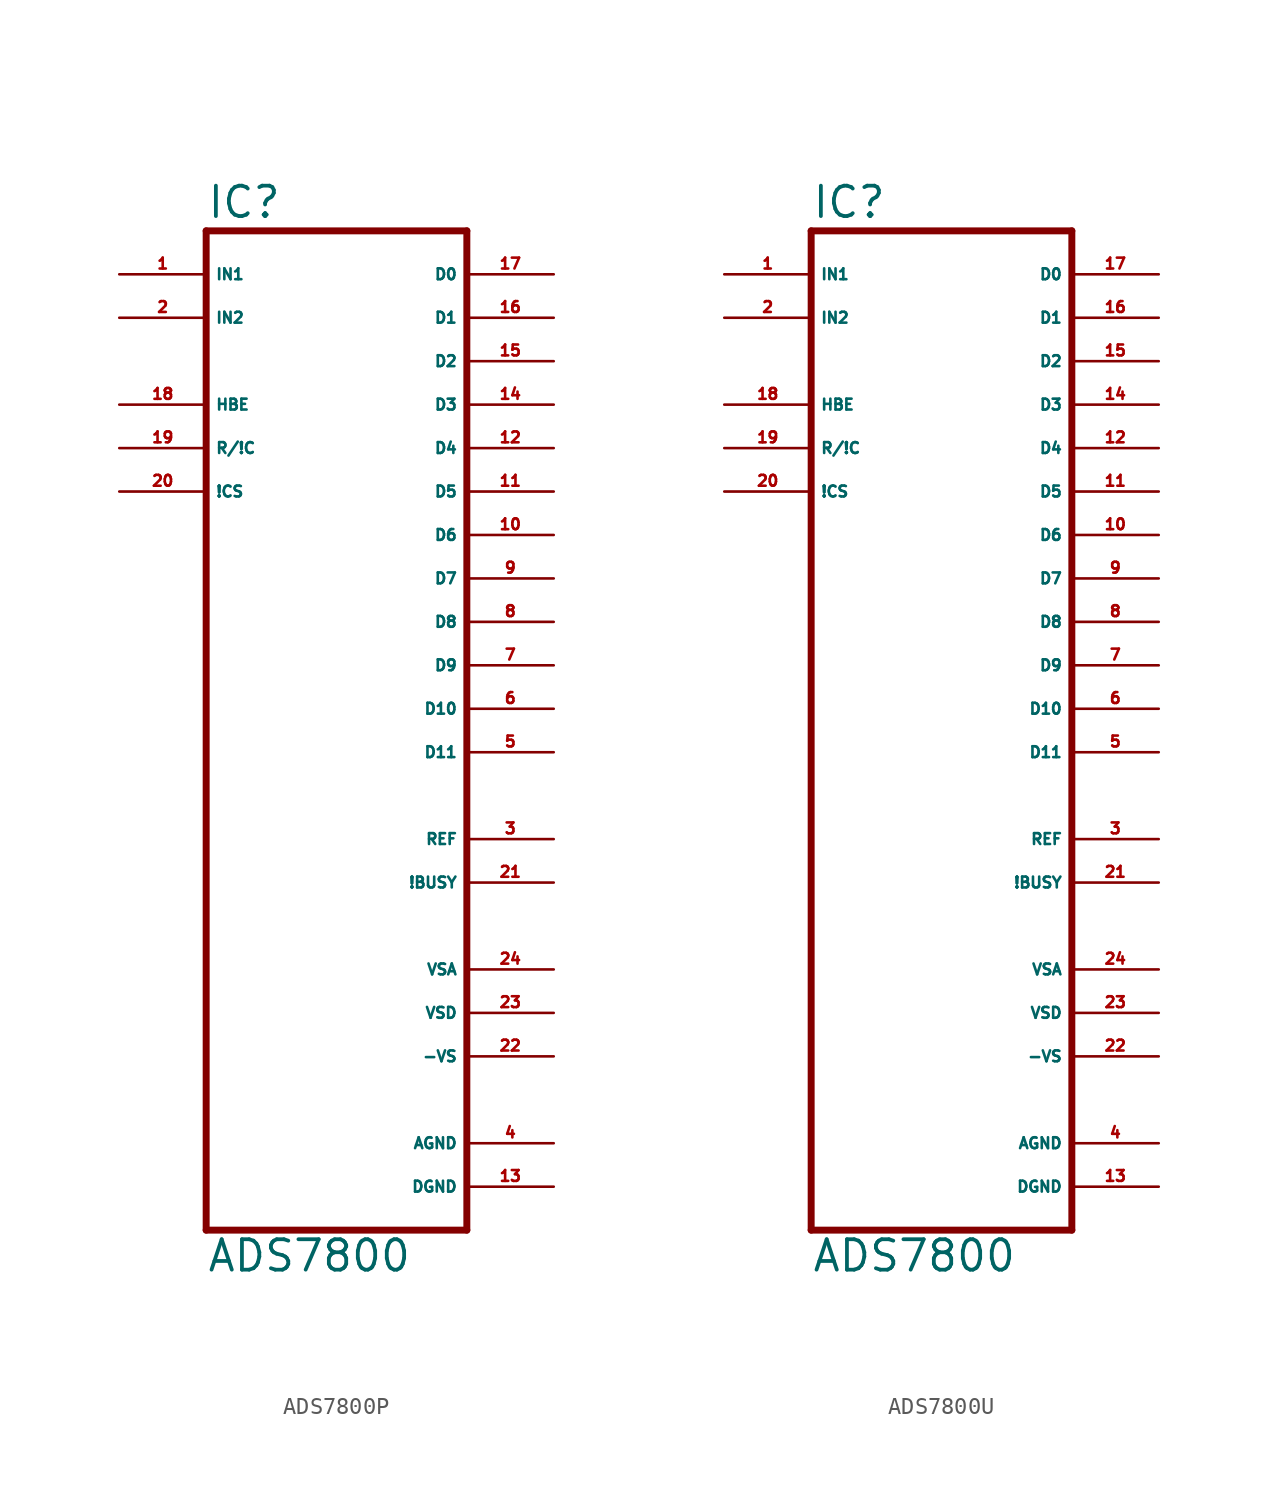
<source format=kicad_sym>
(kicad_symbol_lib
  (version 20220914)
  (generator Eagle2Kicad)
  (symbol "ADS7800P"
    (property "Reference" "IC"
      (at -7.62 31.115 0)
      (effects (font (size 1.778 1.778) (thickness 0.22)) (justify left bottom)))
    (property "Value" "ADS7800"
      (at -7.62 -30.48 0)
      (effects (font (size 1.778 1.778) (thickness 0.22)) (justify left bottom)))
    (polyline
      (pts (xy 7.62 -27.94) (xy -7.62 -27.94))
      (stroke (width 0.406) (type default))
      (fill (type none)))
    (polyline
      (pts (xy -7.62 -27.94) (xy -7.62 30.48))
      (stroke (width 0.406) (type default))
      (fill (type none)))
    (polyline
      (pts (xy -7.62 30.48) (xy 7.62 30.48))
      (stroke (width 0.406) (type default))
      (fill (type none)))
    (polyline
      (pts (xy 7.62 30.48) (xy 7.62 -27.94))
      (stroke (width 0.406) (type default))
      (fill (type none)))
    (pin input line
      (at -12.7 27.94 0)
      (length 5.08)
      (name "IN1" (effects (font (size 0.635 0.635) (thickness 0.08)) (justify left bottom)))
      (number "1" (effects (font (size 0.635 0.635) (thickness 0.08)) (justify left bottom))))
    (pin input line
      (at -12.7 25.4 0)
      (length 5.08)
      (name "IN2" (effects (font (size 0.635 0.635) (thickness 0.08)) (justify left bottom)))
      (number "2" (effects (font (size 0.635 0.635) (thickness 0.08)) (justify left bottom))))
    (pin input line
      (at -12.7 20.32 0)
      (length 5.08)
      (name "HBE" (effects (font (size 0.635 0.635) (thickness 0.08)) (justify left bottom)))
      (number "18" (effects (font (size 0.635 0.635) (thickness 0.08)) (justify left bottom))))
    (pin input line
      (at -12.7 17.78 0)
      (length 5.08)
      (name "R/!C" (effects (font (size 0.635 0.635) (thickness 0.08)) (justify left bottom)))
      (number "19" (effects (font (size 0.635 0.635) (thickness 0.08)) (justify left bottom))))
    (pin input line
      (at -12.7 15.24 0)
      (length 5.08)
      (name "!CS" (effects (font (size 0.635 0.635) (thickness 0.08)) (justify left bottom)))
      (number "20" (effects (font (size 0.635 0.635) (thickness 0.08)) (justify left bottom))))
    (pin output line
      (at 12.7 27.94 180)
      (length 5.08)
      (name "D0" (effects (font (size 0.635 0.635) (thickness 0.08)) (justify left bottom)))
      (number "17" (effects (font (size 0.635 0.635) (thickness 0.08)) (justify left bottom))))
    (pin output line
      (at 12.7 25.4 180)
      (length 5.08)
      (name "D1" (effects (font (size 0.635 0.635) (thickness 0.08)) (justify left bottom)))
      (number "16" (effects (font (size 0.635 0.635) (thickness 0.08)) (justify left bottom))))
    (pin output line
      (at 12.7 22.86 180)
      (length 5.08)
      (name "D2" (effects (font (size 0.635 0.635) (thickness 0.08)) (justify left bottom)))
      (number "15" (effects (font (size 0.635 0.635) (thickness 0.08)) (justify left bottom))))
    (pin output line
      (at 12.7 20.32 180)
      (length 5.08)
      (name "D3" (effects (font (size 0.635 0.635) (thickness 0.08)) (justify left bottom)))
      (number "14" (effects (font (size 0.635 0.635) (thickness 0.08)) (justify left bottom))))
    (pin output line
      (at 12.7 17.78 180)
      (length 5.08)
      (name "D4" (effects (font (size 0.635 0.635) (thickness 0.08)) (justify left bottom)))
      (number "12" (effects (font (size 0.635 0.635) (thickness 0.08)) (justify left bottom))))
    (pin output line
      (at 12.7 15.24 180)
      (length 5.08)
      (name "D5" (effects (font (size 0.635 0.635) (thickness 0.08)) (justify left bottom)))
      (number "11" (effects (font (size 0.635 0.635) (thickness 0.08)) (justify left bottom))))
    (pin output line
      (at 12.7 12.7 180)
      (length 5.08)
      (name "D6" (effects (font (size 0.635 0.635) (thickness 0.08)) (justify left bottom)))
      (number "10" (effects (font (size 0.635 0.635) (thickness 0.08)) (justify left bottom))))
    (pin output line
      (at 12.7 10.16 180)
      (length 5.08)
      (name "D7" (effects (font (size 0.635 0.635) (thickness 0.08)) (justify left bottom)))
      (number "9" (effects (font (size 0.635 0.635) (thickness 0.08)) (justify left bottom))))
    (pin output line
      (at 12.7 7.62 180)
      (length 5.08)
      (name "D8" (effects (font (size 0.635 0.635) (thickness 0.08)) (justify left bottom)))
      (number "8" (effects (font (size 0.635 0.635) (thickness 0.08)) (justify left bottom))))
    (pin output line
      (at 12.7 5.08 180)
      (length 5.08)
      (name "D9" (effects (font (size 0.635 0.635) (thickness 0.08)) (justify left bottom)))
      (number "7" (effects (font (size 0.635 0.635) (thickness 0.08)) (justify left bottom))))
    (pin output line
      (at 12.7 2.54 180)
      (length 5.08)
      (name "D10" (effects (font (size 0.635 0.635) (thickness 0.08)) (justify left bottom)))
      (number "6" (effects (font (size 0.635 0.635) (thickness 0.08)) (justify left bottom))))
    (pin output line
      (at 12.7 0 180)
      (length 5.08)
      (name "D11" (effects (font (size 0.635 0.635) (thickness 0.08)) (justify left bottom)))
      (number "5" (effects (font (size 0.635 0.635) (thickness 0.08)) (justify left bottom))))
    (pin output line
      (at 12.7 -5.08 180)
      (length 5.08)
      (name "REF" (effects (font (size 0.635 0.635) (thickness 0.08)) (justify left bottom)))
      (number "3" (effects (font (size 0.635 0.635) (thickness 0.08)) (justify left bottom))))
    (pin output line
      (at 12.7 -7.62 180)
      (length 5.08)
      (name "!BUSY" (effects (font (size 0.635 0.635) (thickness 0.08)) (justify left bottom)))
      (number "21" (effects (font (size 0.635 0.635) (thickness 0.08)) (justify left bottom))))
    (pin unspecified line
      (at 12.7 -12.7 180)
      (length 5.08)
      (name "VSA" (effects (font (size 0.635 0.635) (thickness 0.08)) (justify left bottom)))
      (number "24" (effects (font (size 0.635 0.635) (thickness 0.08)) (justify left bottom))))
    (pin unspecified line
      (at 12.7 -17.78 180)
      (length 5.08)
      (name "-VS" (effects (font (size 0.635 0.635) (thickness 0.08)) (justify left bottom)))
      (number "22" (effects (font (size 0.635 0.635) (thickness 0.08)) (justify left bottom))))
    (pin unspecified line
      (at 12.7 -22.86 180)
      (length 5.08)
      (name "AGND" (effects (font (size 0.635 0.635) (thickness 0.08)) (justify left bottom)))
      (number "4" (effects (font (size 0.635 0.635) (thickness 0.08)) (justify left bottom))))
    (pin unspecified line
      (at 12.7 -25.4 180)
      (length 5.08)
      (name "DGND" (effects (font (size 0.635 0.635) (thickness 0.08)) (justify left bottom)))
      (number "13" (effects (font (size 0.635 0.635) (thickness 0.08)) (justify left bottom))))
    (pin unspecified line
      (at 12.7 -15.24 180)
      (length 5.08)
      (name "VSD" (effects (font (size 0.635 0.635) (thickness 0.08)) (justify left bottom)))
      (number "23" (effects (font (size 0.635 0.635) (thickness 0.08)) (justify left bottom)))))
  (symbol "ADS7800U"
    (property "Reference" "IC"
      (at -7.62 31.115 0)
      (effects (font (size 1.778 1.778) (thickness 0.22)) (justify left bottom)))
    (property "Value" "ADS7800"
      (at -7.62 -30.48 0)
      (effects (font (size 1.778 1.778) (thickness 0.22)) (justify left bottom)))
    (polyline
      (pts (xy 7.62 -27.94) (xy -7.62 -27.94))
      (stroke (width 0.406) (type default))
      (fill (type none)))
    (polyline
      (pts (xy -7.62 -27.94) (xy -7.62 30.48))
      (stroke (width 0.406) (type default))
      (fill (type none)))
    (polyline
      (pts (xy -7.62 30.48) (xy 7.62 30.48))
      (stroke (width 0.406) (type default))
      (fill (type none)))
    (polyline
      (pts (xy 7.62 30.48) (xy 7.62 -27.94))
      (stroke (width 0.406) (type default))
      (fill (type none)))
    (pin input line
      (at -12.7 27.94 0)
      (length 5.08)
      (name "IN1" (effects (font (size 0.635 0.635) (thickness 0.08)) (justify left bottom)))
      (number "1" (effects (font (size 0.635 0.635) (thickness 0.08)) (justify left bottom))))
    (pin input line
      (at -12.7 25.4 0)
      (length 5.08)
      (name "IN2" (effects (font (size 0.635 0.635) (thickness 0.08)) (justify left bottom)))
      (number "2" (effects (font (size 0.635 0.635) (thickness 0.08)) (justify left bottom))))
    (pin input line
      (at -12.7 20.32 0)
      (length 5.08)
      (name "HBE" (effects (font (size 0.635 0.635) (thickness 0.08)) (justify left bottom)))
      (number "18" (effects (font (size 0.635 0.635) (thickness 0.08)) (justify left bottom))))
    (pin input line
      (at -12.7 17.78 0)
      (length 5.08)
      (name "R/!C" (effects (font (size 0.635 0.635) (thickness 0.08)) (justify left bottom)))
      (number "19" (effects (font (size 0.635 0.635) (thickness 0.08)) (justify left bottom))))
    (pin input line
      (at -12.7 15.24 0)
      (length 5.08)
      (name "!CS" (effects (font (size 0.635 0.635) (thickness 0.08)) (justify left bottom)))
      (number "20" (effects (font (size 0.635 0.635) (thickness 0.08)) (justify left bottom))))
    (pin output line
      (at 12.7 27.94 180)
      (length 5.08)
      (name "D0" (effects (font (size 0.635 0.635) (thickness 0.08)) (justify left bottom)))
      (number "17" (effects (font (size 0.635 0.635) (thickness 0.08)) (justify left bottom))))
    (pin output line
      (at 12.7 25.4 180)
      (length 5.08)
      (name "D1" (effects (font (size 0.635 0.635) (thickness 0.08)) (justify left bottom)))
      (number "16" (effects (font (size 0.635 0.635) (thickness 0.08)) (justify left bottom))))
    (pin output line
      (at 12.7 22.86 180)
      (length 5.08)
      (name "D2" (effects (font (size 0.635 0.635) (thickness 0.08)) (justify left bottom)))
      (number "15" (effects (font (size 0.635 0.635) (thickness 0.08)) (justify left bottom))))
    (pin output line
      (at 12.7 20.32 180)
      (length 5.08)
      (name "D3" (effects (font (size 0.635 0.635) (thickness 0.08)) (justify left bottom)))
      (number "14" (effects (font (size 0.635 0.635) (thickness 0.08)) (justify left bottom))))
    (pin output line
      (at 12.7 17.78 180)
      (length 5.08)
      (name "D4" (effects (font (size 0.635 0.635) (thickness 0.08)) (justify left bottom)))
      (number "12" (effects (font (size 0.635 0.635) (thickness 0.08)) (justify left bottom))))
    (pin output line
      (at 12.7 15.24 180)
      (length 5.08)
      (name "D5" (effects (font (size 0.635 0.635) (thickness 0.08)) (justify left bottom)))
      (number "11" (effects (font (size 0.635 0.635) (thickness 0.08)) (justify left bottom))))
    (pin output line
      (at 12.7 12.7 180)
      (length 5.08)
      (name "D6" (effects (font (size 0.635 0.635) (thickness 0.08)) (justify left bottom)))
      (number "10" (effects (font (size 0.635 0.635) (thickness 0.08)) (justify left bottom))))
    (pin output line
      (at 12.7 10.16 180)
      (length 5.08)
      (name "D7" (effects (font (size 0.635 0.635) (thickness 0.08)) (justify left bottom)))
      (number "9" (effects (font (size 0.635 0.635) (thickness 0.08)) (justify left bottom))))
    (pin output line
      (at 12.7 7.62 180)
      (length 5.08)
      (name "D8" (effects (font (size 0.635 0.635) (thickness 0.08)) (justify left bottom)))
      (number "8" (effects (font (size 0.635 0.635) (thickness 0.08)) (justify left bottom))))
    (pin output line
      (at 12.7 5.08 180)
      (length 5.08)
      (name "D9" (effects (font (size 0.635 0.635) (thickness 0.08)) (justify left bottom)))
      (number "7" (effects (font (size 0.635 0.635) (thickness 0.08)) (justify left bottom))))
    (pin output line
      (at 12.7 2.54 180)
      (length 5.08)
      (name "D10" (effects (font (size 0.635 0.635) (thickness 0.08)) (justify left bottom)))
      (number "6" (effects (font (size 0.635 0.635) (thickness 0.08)) (justify left bottom))))
    (pin output line
      (at 12.7 0 180)
      (length 5.08)
      (name "D11" (effects (font (size 0.635 0.635) (thickness 0.08)) (justify left bottom)))
      (number "5" (effects (font (size 0.635 0.635) (thickness 0.08)) (justify left bottom))))
    (pin output line
      (at 12.7 -5.08 180)
      (length 5.08)
      (name "REF" (effects (font (size 0.635 0.635) (thickness 0.08)) (justify left bottom)))
      (number "3" (effects (font (size 0.635 0.635) (thickness 0.08)) (justify left bottom))))
    (pin output line
      (at 12.7 -7.62 180)
      (length 5.08)
      (name "!BUSY" (effects (font (size 0.635 0.635) (thickness 0.08)) (justify left bottom)))
      (number "21" (effects (font (size 0.635 0.635) (thickness 0.08)) (justify left bottom))))
    (pin unspecified line
      (at 12.7 -12.7 180)
      (length 5.08)
      (name "VSA" (effects (font (size 0.635 0.635) (thickness 0.08)) (justify left bottom)))
      (number "24" (effects (font (size 0.635 0.635) (thickness 0.08)) (justify left bottom))))
    (pin unspecified line
      (at 12.7 -17.78 180)
      (length 5.08)
      (name "-VS" (effects (font (size 0.635 0.635) (thickness 0.08)) (justify left bottom)))
      (number "22" (effects (font (size 0.635 0.635) (thickness 0.08)) (justify left bottom))))
    (pin unspecified line
      (at 12.7 -22.86 180)
      (length 5.08)
      (name "AGND" (effects (font (size 0.635 0.635) (thickness 0.08)) (justify left bottom)))
      (number "4" (effects (font (size 0.635 0.635) (thickness 0.08)) (justify left bottom))))
    (pin unspecified line
      (at 12.7 -25.4 180)
      (length 5.08)
      (name "DGND" (effects (font (size 0.635 0.635) (thickness 0.08)) (justify left bottom)))
      (number "13" (effects (font (size 0.635 0.635) (thickness 0.08)) (justify left bottom))))
    (pin unspecified line
      (at 12.7 -15.24 180)
      (length 5.08)
      (name "VSD" (effects (font (size 0.635 0.635) (thickness 0.08)) (justify left bottom)))
      (number "23" (effects (font (size 0.635 0.635) (thickness 0.08)) (justify left bottom))))))
</source>
